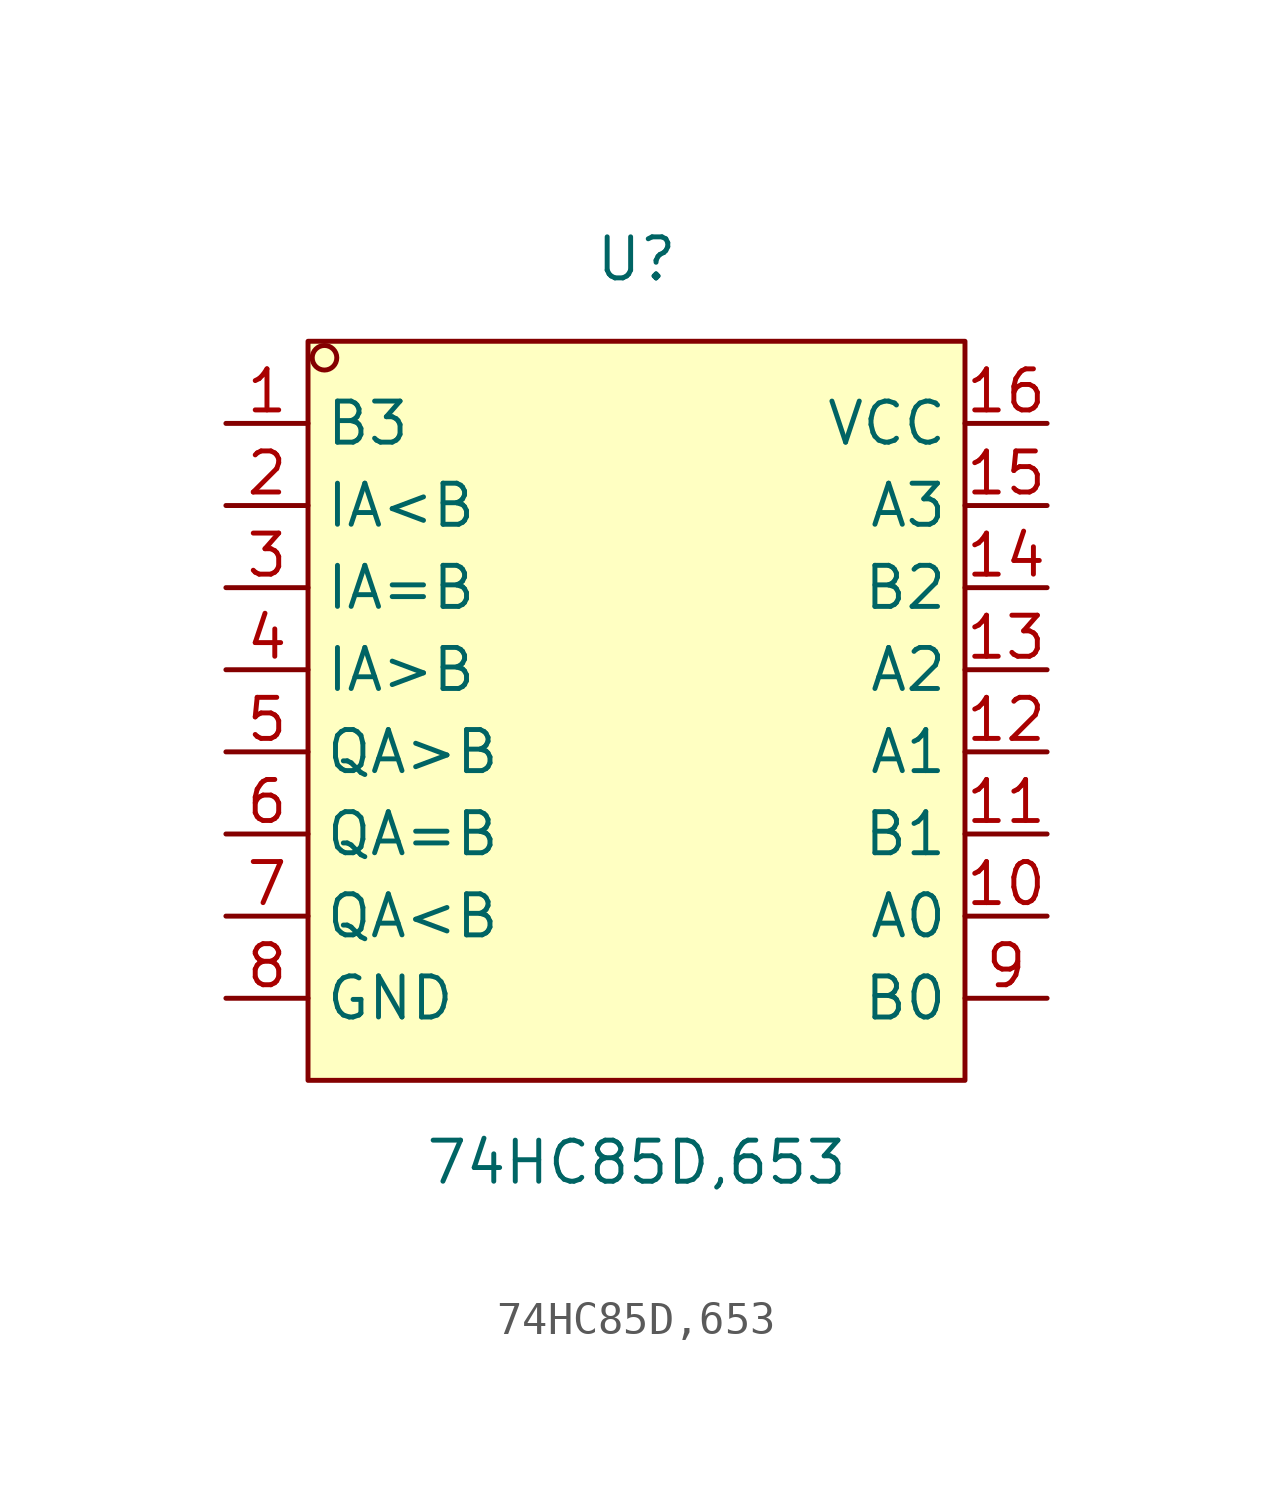
<source format=kicad_sym>
(kicad_symbol_lib
  (version 20211014)
  (generator https://github.com/uPesy/easyeda2kicad.py)
  (symbol "74HC85D,653"
    (property "Reference" "U"
      (at 0 13.97 0)
      (effects (font (size 1.27 1.27))))
    (property "Value" "74HC85D,653"
      (at 0 -13.97 0)
      (effects (font (size 1.27 1.27))))
    (symbol "74HC85D,653_0_1"
      (rectangle (start -10.16 11.43) (end 10.16 -11.43) (stroke (width 0) (type default) (color 0 0 0 0)) (fill (type background)))
      (circle (center -9.65 10.92) (radius 0.38) (stroke (width 0) (type default) (color 0 0 0 0)) (fill (type none)))
      (pin unspecified line (at -12.70 8.89 0) (length 2.54) (name "B3" (effects (font (size 1.27 1.27)))) (number "1" (effects (font (size 1.27 1.27)))))
      (pin unspecified line (at -12.70 6.35 0) (length 2.54) (name "IA<B" (effects (font (size 1.27 1.27)))) (number "2" (effects (font (size 1.27 1.27)))))
      (pin unspecified line (at -12.70 3.81 0) (length 2.54) (name "IA=B" (effects (font (size 1.27 1.27)))) (number "3" (effects (font (size 1.27 1.27)))))
      (pin unspecified line (at -12.70 1.27 0) (length 2.54) (name "IA>B" (effects (font (size 1.27 1.27)))) (number "4" (effects (font (size 1.27 1.27)))))
      (pin unspecified line (at -12.70 -1.27 0) (length 2.54) (name "QA>B" (effects (font (size 1.27 1.27)))) (number "5" (effects (font (size 1.27 1.27)))))
      (pin unspecified line (at -12.70 -3.81 0) (length 2.54) (name "QA=B" (effects (font (size 1.27 1.27)))) (number "6" (effects (font (size 1.27 1.27)))))
      (pin unspecified line (at -12.70 -6.35 0) (length 2.54) (name "QA<B" (effects (font (size 1.27 1.27)))) (number "7" (effects (font (size 1.27 1.27)))))
      (pin unspecified line (at -12.70 -8.89 0) (length 2.54) (name "GND" (effects (font (size 1.27 1.27)))) (number "8" (effects (font (size 1.27 1.27)))))
      (pin unspecified line (at 12.70 -8.89 180) (length 2.54) (name "B0" (effects (font (size 1.27 1.27)))) (number "9" (effects (font (size 1.27 1.27)))))
      (pin unspecified line (at 12.70 -6.35 180) (length 2.54) (name "A0" (effects (font (size 1.27 1.27)))) (number "10" (effects (font (size 1.27 1.27)))))
      (pin unspecified line (at 12.70 -3.81 180) (length 2.54) (name "B1" (effects (font (size 1.27 1.27)))) (number "11" (effects (font (size 1.27 1.27)))))
      (pin unspecified line (at 12.70 -1.27 180) (length 2.54) (name "A1" (effects (font (size 1.27 1.27)))) (number "12" (effects (font (size 1.27 1.27)))))
      (pin unspecified line (at 12.70 1.27 180) (length 2.54) (name "A2" (effects (font (size 1.27 1.27)))) (number "13" (effects (font (size 1.27 1.27)))))
      (pin unspecified line (at 12.70 3.81 180) (length 2.54) (name "B2" (effects (font (size 1.27 1.27)))) (number "14" (effects (font (size 1.27 1.27)))))
      (pin unspecified line (at 12.70 6.35 180) (length 2.54) (name "A3" (effects (font (size 1.27 1.27)))) (number "15" (effects (font (size 1.27 1.27)))))
      (pin unspecified line (at 12.70 8.89 180) (length 2.54) (name "VCC" (effects (font (size 1.27 1.27)))) (number "16" (effects (font (size 1.27 1.27))))))))
</source>
